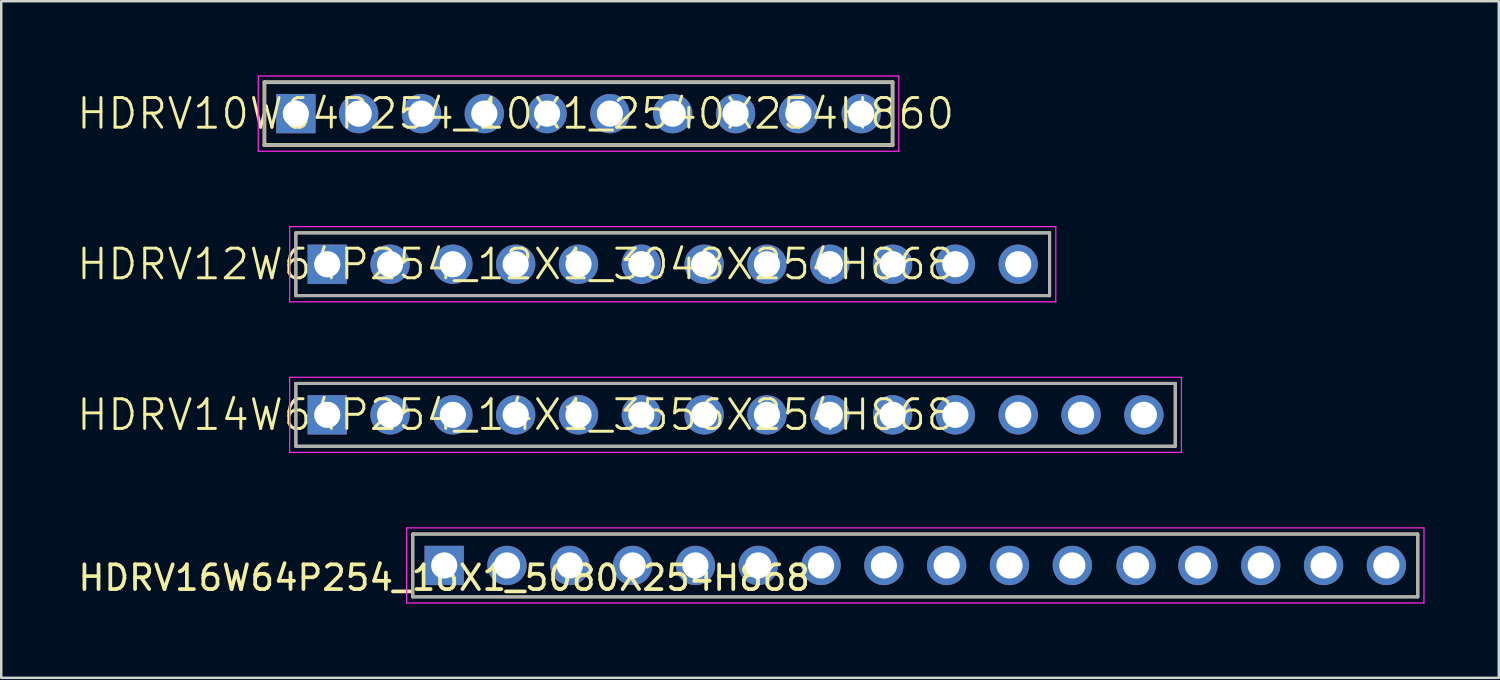
<source format=kicad_pcb>
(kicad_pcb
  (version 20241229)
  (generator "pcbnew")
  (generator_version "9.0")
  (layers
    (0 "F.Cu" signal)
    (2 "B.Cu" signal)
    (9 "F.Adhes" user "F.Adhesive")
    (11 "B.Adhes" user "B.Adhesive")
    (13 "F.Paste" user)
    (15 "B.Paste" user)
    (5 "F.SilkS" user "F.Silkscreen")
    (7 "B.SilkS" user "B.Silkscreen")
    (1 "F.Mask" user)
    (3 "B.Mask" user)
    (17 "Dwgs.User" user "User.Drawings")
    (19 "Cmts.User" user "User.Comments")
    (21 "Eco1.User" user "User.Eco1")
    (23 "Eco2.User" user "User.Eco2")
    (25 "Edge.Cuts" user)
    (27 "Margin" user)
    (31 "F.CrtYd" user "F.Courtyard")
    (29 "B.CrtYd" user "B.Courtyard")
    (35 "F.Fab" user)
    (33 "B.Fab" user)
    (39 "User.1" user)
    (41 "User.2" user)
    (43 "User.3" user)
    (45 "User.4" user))
  (footprint "HDRV14W64P254_14X1_3556X254H868"
    (layer "F.Cu")
    (at 10.183 13.725)
    (property "Reference" "HDRV14W64P254_14X1_3556X254H868" (at 7.62 0 0) (layer "F.SilkS") (effects (font (size 1.2 1.2) (thickness 0.12))))
    (attr through_hole)
    (fp_line (start -1.27 -1.27) (end 34.29 -1.27) (stroke (width 0.12) (type solid)) (layer "F.SilkS"))
    (fp_line (start -1.27 1.27) (end -1.27 -1.27) (stroke (width 0.12) (type solid)) (layer "F.SilkS"))
    (fp_line (start 34.29 -1.27) (end 34.29 1.27) (stroke (width 0.12) (type solid)) (layer "F.SilkS"))
    (fp_line (start 34.29 1.27) (end -1.27 1.27) (stroke (width 0.12) (type solid)) (layer "F.SilkS"))
    (fp_line (start -1.52 -1.52) (end 34.54 -1.52) (stroke (width 0.05) (type solid)) (layer "F.CrtYd"))
    (fp_line (start -1.52 1.52) (end -1.52 -1.52) (stroke (width 0.05) (type solid)) (layer "F.CrtYd"))
    (fp_line (start 34.54 -1.52) (end 34.54 1.52) (stroke (width 0.05) (type solid)) (layer "F.CrtYd"))
    (fp_line (start 34.54 1.52) (end -1.52 1.52) (stroke (width 0.05) (type solid)) (layer "F.CrtYd"))
    (fp_line (start -1.27 -1.27) (end 34.29 -1.27) (stroke (width 0.12) (type solid)) (layer "F.Fab"))
    (fp_line (start -1.27 1.27) (end -1.27 -1.27) (stroke (width 0.12) (type solid)) (layer "F.Fab"))
    (fp_line (start 34.29 -1.27) (end 34.29 1.27) (stroke (width 0.12) (type solid)) (layer "F.Fab"))
    (fp_line (start 34.29 1.27) (end -1.27 1.27) (stroke (width 0.12) (type solid)) (layer "F.Fab"))
    (pad "1" thru_hole rect (at 0 0) (size 1.59 1.59) (drill 1.06) (layers "*.Cu" "*.Mask"))
    (pad "2" thru_hole circle (at 2.54 0) (size 1.59 1.59) (drill 1.06) (layers "*.Cu" "*.Mask"))
    (pad "3" thru_hole circle (at 5.08 0) (size 1.59 1.59) (drill 1.06) (layers "*.Cu" "*.Mask"))
    (pad "4" thru_hole circle (at 7.62 0) (size 1.59 1.59) (drill 1.06) (layers "*.Cu" "*.Mask"))
    (pad "5" thru_hole circle (at 10.16 0) (size 1.59 1.59) (drill 1.06) (layers "*.Cu" "*.Mask"))
    (pad "6" thru_hole circle (at 12.7 0) (size 1.59 1.59) (drill 1.06) (layers "*.Cu" "*.Mask"))
    (pad "7" thru_hole circle (at 15.24 0) (size 1.59 1.59) (drill 1.06) (layers "*.Cu" "*.Mask"))
    (pad "8" thru_hole circle (at 17.78 0) (size 1.59 1.59) (drill 1.06) (layers "*.Cu" "*.Mask"))
    (pad "9" thru_hole circle (at 20.32 0) (size 1.59 1.59) (drill 1.06) (layers "*.Cu" "*.Mask"))
    (pad "10" thru_hole circle (at 22.86 0) (size 1.59 1.59) (drill 1.06) (layers "*.Cu" "*.Mask"))
    (pad "11" thru_hole circle (at 25.4 0) (size 1.59 1.59) (drill 1.06) (layers "*.Cu" "*.Mask"))
    (pad "12" thru_hole circle (at 27.94 0) (size 1.59 1.59) (drill 1.06) (layers "*.Cu" "*.Mask"))
    (pad "13" thru_hole circle (at 30.48 0) (size 1.59 1.59) (drill 1.06) (layers "*.Cu" "*.Mask"))
    (pad "14" thru_hole circle (at 33.02 0) (size 1.59 1.59) (drill 1.06) (layers "*.Cu" "*.Mask")))
  (footprint "HDRV12W64P254_12X1_3048X254H868"
    (layer "F.Cu")
    (at 10.183 7.635)
    (property "Reference" "HDRV12W64P254_12X1_3048X254H868" (at 7.62 0 0) (layer "F.SilkS") (effects (font (size 1.2 1.2) (thickness 0.12))))
    (attr through_hole)
    (fp_line (start -1.27 -1.27) (end 29.21 -1.27) (stroke (width 0.12) (type solid)) (layer "F.SilkS"))
    (fp_line (start -1.27 1.27) (end -1.27 -1.27) (stroke (width 0.12) (type solid)) (layer "F.SilkS"))
    (fp_line (start 29.21 -1.27) (end 29.21 1.27) (stroke (width 0.12) (type solid)) (layer "F.SilkS"))
    (fp_line (start 29.21 1.27) (end -1.27 1.27) (stroke (width 0.12) (type solid)) (layer "F.SilkS"))
    (fp_line (start -1.52 -1.52) (end 29.46 -1.52) (stroke (width 0.05) (type solid)) (layer "F.CrtYd"))
    (fp_line (start -1.52 1.52) (end -1.52 -1.52) (stroke (width 0.05) (type solid)) (layer "F.CrtYd"))
    (fp_line (start 29.46 -1.52) (end 29.46 1.52) (stroke (width 0.05) (type solid)) (layer "F.CrtYd"))
    (fp_line (start 29.46 1.52) (end -1.52 1.52) (stroke (width 0.05) (type solid)) (layer "F.CrtYd"))
    (fp_line (start -1.27 -1.27) (end 29.21 -1.27) (stroke (width 0.12) (type solid)) (layer "F.Fab"))
    (fp_line (start -1.27 1.27) (end -1.27 -1.27) (stroke (width 0.12) (type solid)) (layer "F.Fab"))
    (fp_line (start 29.21 -1.27) (end 29.21 1.27) (stroke (width 0.12) (type solid)) (layer "F.Fab"))
    (fp_line (start 29.21 1.27) (end -1.27 1.27) (stroke (width 0.12) (type solid)) (layer "F.Fab"))
    (pad "1" thru_hole rect (at 0 0) (size 1.59 1.59) (drill 1.06) (layers "*.Cu" "*.Mask"))
    (pad "2" thru_hole circle (at 2.54 0) (size 1.59 1.59) (drill 1.06) (layers "*.Cu" "*.Mask"))
    (pad "3" thru_hole circle (at 5.08 0) (size 1.59 1.59) (drill 1.06) (layers "*.Cu" "*.Mask"))
    (pad "4" thru_hole circle (at 7.62 0) (size 1.59 1.59) (drill 1.06) (layers "*.Cu" "*.Mask"))
    (pad "5" thru_hole circle (at 10.16 0) (size 1.59 1.59) (drill 1.06) (layers "*.Cu" "*.Mask"))
    (pad "6" thru_hole circle (at 12.7 0) (size 1.59 1.59) (drill 1.06) (layers "*.Cu" "*.Mask"))
    (pad "7" thru_hole circle (at 15.24 0) (size 1.59 1.59) (drill 1.06) (layers "*.Cu" "*.Mask"))
    (pad "8" thru_hole circle (at 17.78 0) (size 1.59 1.59) (drill 1.06) (layers "*.Cu" "*.Mask"))
    (pad "9" thru_hole circle (at 20.32 0) (size 1.59 1.59) (drill 1.06) (layers "*.Cu" "*.Mask"))
    (pad "10" thru_hole circle (at 22.86 0) (size 1.59 1.59) (drill 1.06) (layers "*.Cu" "*.Mask"))
    (pad "11" thru_hole circle (at 25.4 0) (size 1.59 1.59) (drill 1.06) (layers "*.Cu" "*.Mask"))
    (pad "12" thru_hole circle (at 27.94 0) (size 1.59 1.59) (drill 1.06) (layers "*.Cu" "*.Mask")))
  (footprint "HDRV10W64P254_10X1_2540X254H860"
    (layer "F.Cu")
    (at 8.913 1.545)
    (property "Reference" "HDRV10W64P254_10X1_2540X254H860" (at 8.89 0 0) (layer "F.SilkS") (effects (font (size 1.2 1.2) (thickness 0.12))))
    (attr through_hole)
    (fp_line (start -1.27 -1.27) (end 24.13 -1.27) (stroke (width 0.15) (type solid)) (layer "F.SilkS"))
    (fp_line (start -1.27 1.27) (end -1.27 -1.27) (stroke (width 0.15) (type solid)) (layer "F.SilkS"))
    (fp_line (start 24.13 -1.27) (end 24.13 1.27) (stroke (width 0.15) (type solid)) (layer "F.SilkS"))
    (fp_line (start 24.13 1.27) (end -1.27 1.27) (stroke (width 0.15) (type solid)) (layer "F.SilkS"))
    (fp_line (start -1.52 -1.52) (end 24.38 -1.52) (stroke (width 0.05) (type solid)) (layer "F.CrtYd"))
    (fp_line (start -1.52 1.52) (end -1.52 -1.52) (stroke (width 0.05) (type solid)) (layer "F.CrtYd"))
    (fp_line (start 24.38 -1.52) (end 24.38 1.52) (stroke (width 0.05) (type solid)) (layer "F.CrtYd"))
    (fp_line (start 24.38 1.52) (end -1.52 1.52) (stroke (width 0.05) (type solid)) (layer "F.CrtYd"))
    (fp_line (start -1.27 -1.27) (end 24.13 -1.27) (stroke (width 0.12) (type solid)) (layer "F.Fab"))
    (fp_line (start -1.27 1.27) (end -1.27 -1.27) (stroke (width 0.12) (type solid)) (layer "F.Fab"))
    (fp_line (start 24.13 -1.27) (end 24.13 1.27) (stroke (width 0.12) (type solid)) (layer "F.Fab"))
    (fp_line (start 24.13 1.27) (end -1.27 1.27) (stroke (width 0.12) (type solid)) (layer "F.Fab"))
    (pad "1" thru_hole rect (at 0 0) (size 1.59 1.59) (drill 1.06) (layers "*.Cu" "*.Mask"))
    (pad "2" thru_hole circle (at 2.54 0) (size 1.59 1.59) (drill 1.06) (layers "*.Cu" "*.Mask"))
    (pad "3" thru_hole circle (at 5.08 0) (size 1.59 1.59) (drill 1.06) (layers "*.Cu" "*.Mask"))
    (pad "4" thru_hole circle (at 7.62 0) (size 1.59 1.59) (drill 1.06) (layers "*.Cu" "*.Mask"))
    (pad "5" thru_hole circle (at 10.16 0) (size 1.59 1.59) (drill 1.06) (layers "*.Cu" "*.Mask"))
    (pad "6" thru_hole circle (at 12.7 0) (size 1.59 1.59) (drill 1.06) (layers "*.Cu" "*.Mask"))
    (pad "7" thru_hole circle (at 15.24 0) (size 1.59 1.59) (drill 1.06) (layers "*.Cu" "*.Mask"))
    (pad "8" thru_hole circle (at 17.78 0) (size 1.59 1.59) (drill 1.06) (layers "*.Cu" "*.Mask"))
    (pad "9" thru_hole circle (at 20.32 0) (size 1.59 1.59) (drill 1.06) (layers "*.Cu" "*.Mask"))
    (pad "10" thru_hole circle (at 22.86 0) (size 1.59 1.59) (drill 1.06) (layers "*.Cu" "*.Mask")))
  (footprint "HDRV16W64P254_16X1_5080X254H868"
    (layer "F.Cu")
    (at 33.961 19.815)
    (property "Reference" "HDRV16W64P254_16X1_5080X254H868" (at -19.05 0.5 0) (layer "F.SilkS") (effects (font (size 1 1) (thickness 0.15))))
    (attr through_hole)
    (fp_line (start -20.32 -1.27) (end 20.32 -1.27) (stroke (width 0.12) (type solid)) (layer "F.SilkS"))
    (fp_line (start -20.32 1.27) (end -20.32 -1.27) (stroke (width 0.12) (type solid)) (layer "F.SilkS"))
    (fp_line (start 20.32 -1.27) (end 20.32 1.27) (stroke (width 0.12) (type solid)) (layer "F.SilkS"))
    (fp_line (start 20.32 1.27) (end -20.32 1.27) (stroke (width 0.12) (type solid)) (layer "F.SilkS"))
    (fp_line (start -20.57 -1.52) (end 20.57 -1.52) (stroke (width 0.05) (type solid)) (layer "F.CrtYd"))
    (fp_line (start -20.57 1.52) (end -20.57 -1.52) (stroke (width 0.05) (type solid)) (layer "F.CrtYd"))
    (fp_line (start 20.57 -1.52) (end 20.57 1.52) (stroke (width 0.05) (type solid)) (layer "F.CrtYd"))
    (fp_line (start 20.57 1.52) (end -20.57 1.52) (stroke (width 0.05) (type solid)) (layer "F.CrtYd"))
    (fp_line (start -20.32 -1.27) (end 20.32 -1.27) (stroke (width 0.12) (type solid)) (layer "F.Fab"))
    (fp_line (start -20.32 1.27) (end -20.32 -1.27) (stroke (width 0.12) (type solid)) (layer "F.Fab"))
    (fp_line (start 20.32 -1.27) (end 20.32 1.27) (stroke (width 0.12) (type solid)) (layer "F.Fab"))
    (fp_line (start 20.32 1.27) (end -20.32 1.27) (stroke (width 0.12) (type solid)) (layer "F.Fab"))
    (pad "1" thru_hole rect (at -19.05 0) (size 1.59 1.59) (drill 1.06) (layers "*.Cu" "*.Mask"))
    (pad "2" thru_hole circle (at -16.51 0) (size 1.59 1.59) (drill 1.06) (layers "*.Cu" "*.Mask"))
    (pad "3" thru_hole circle (at -13.97 0) (size 1.59 1.59) (drill 1.06) (layers "*.Cu" "*.Mask"))
    (pad "4" thru_hole circle (at -11.43 0) (size 1.59 1.59) (drill 1.06) (layers "*.Cu" "*.Mask"))
    (pad "5" thru_hole circle (at -8.89 0 90) (size 1.59 1.59) (drill 1.06) (layers "*.Cu" "*.Mask"))
    (pad "6" thru_hole circle (at -6.35 0) (size 1.59 1.59) (drill 1.06) (layers "*.Cu" "*.Mask"))
    (pad "7" thru_hole circle (at -3.81 0) (size 1.59 1.59) (drill 1.06) (layers "*.Cu" "*.Mask"))
    (pad "8" thru_hole circle (at -1.27 0) (size 1.59 1.59) (drill 1.06) (layers "*.Cu" "*.Mask"))
    (pad "9" thru_hole circle (at 1.27 0) (size 1.59 1.59) (drill 1.06) (layers "*.Cu" "*.Mask"))
    (pad "10" thru_hole circle (at 3.81 0) (size 1.59 1.59) (drill 1.06) (layers "*.Cu" "*.Mask"))
    (pad "11" thru_hole circle (at 6.35 0) (size 1.59 1.59) (drill 1.06) (layers "*.Cu" "*.Mask"))
    (pad "12" thru_hole circle (at 8.93 0) (size 1.59 1.59) (drill 1.06) (layers "*.Cu" "*.Mask"))
    (pad "13" thru_hole circle (at 11.43 0) (size 1.59 1.59) (drill 1.06) (layers "*.Cu" "*.Mask"))
    (pad "14" thru_hole circle (at 13.97 0) (size 1.59 1.59) (drill 1.06) (layers "*.Cu" "*.Mask"))
    (pad "15" thru_hole circle (at 16.51 0) (size 1.59 1.59) (drill 1.06) (layers "*.Cu" "*.Mask"))
    (pad "16" thru_hole circle (at 19.05 0) (size 1.59 1.59) (drill 1.06) (layers "*.Cu" "*.Mask")))
  (gr_rect
    (start -3 -3)
    (end 57.556 24.36)
    (stroke (width 0.1) (type default))
    (fill no)
    (layer "Edge.Cuts")))
</source>
